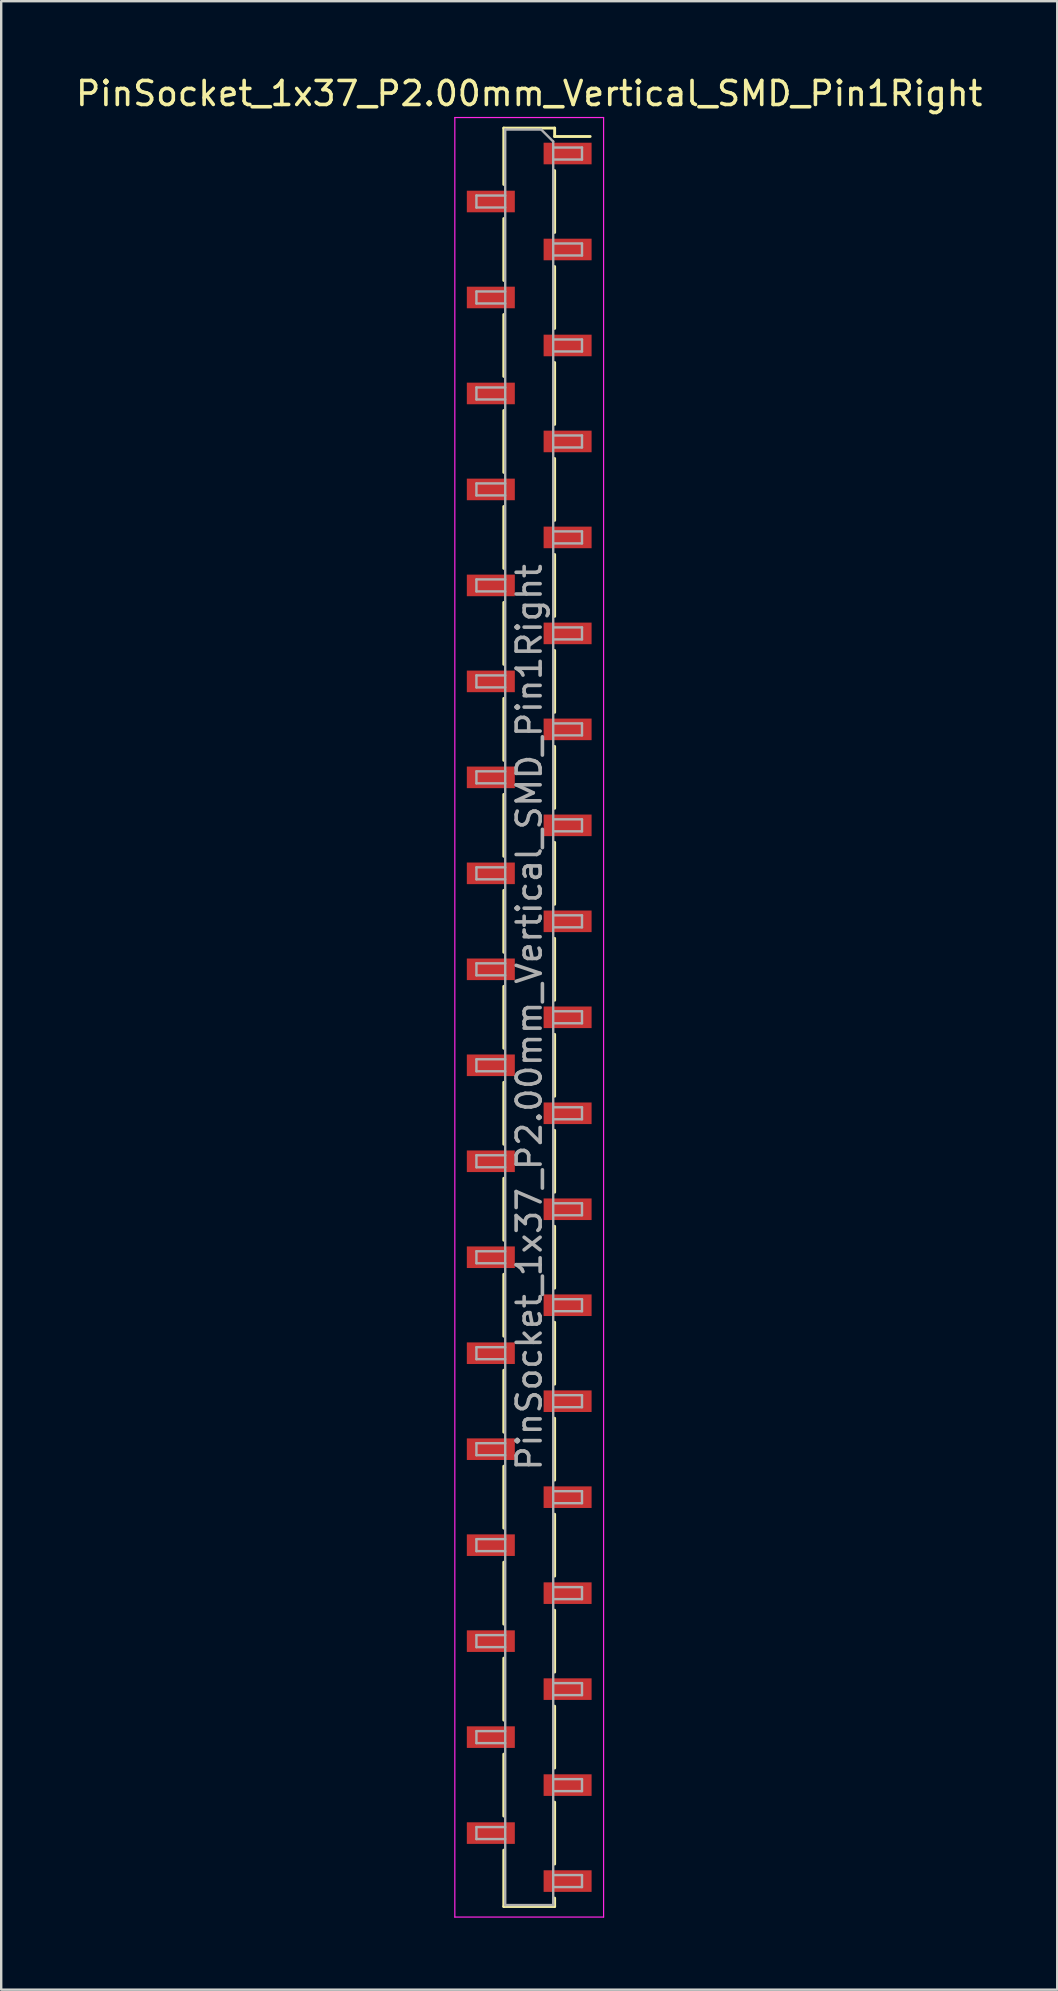
<source format=kicad_pcb>
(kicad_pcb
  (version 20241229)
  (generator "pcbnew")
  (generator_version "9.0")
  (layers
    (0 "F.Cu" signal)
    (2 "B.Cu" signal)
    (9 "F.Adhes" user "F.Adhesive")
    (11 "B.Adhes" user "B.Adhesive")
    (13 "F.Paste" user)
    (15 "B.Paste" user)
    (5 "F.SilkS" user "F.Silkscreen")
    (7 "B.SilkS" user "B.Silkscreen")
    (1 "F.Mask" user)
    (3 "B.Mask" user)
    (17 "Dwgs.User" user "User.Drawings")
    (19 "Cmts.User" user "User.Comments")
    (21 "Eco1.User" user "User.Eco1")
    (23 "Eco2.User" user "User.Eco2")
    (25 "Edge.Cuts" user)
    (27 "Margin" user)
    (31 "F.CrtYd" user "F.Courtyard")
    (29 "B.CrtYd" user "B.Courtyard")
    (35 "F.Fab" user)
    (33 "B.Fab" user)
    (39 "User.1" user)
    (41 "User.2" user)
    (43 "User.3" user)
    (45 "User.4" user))
  (footprint "PinSocket_1x37_P2.00mm_Vertical_SMD_Pin1Right"
    (layer "F.Cu")
    (at 19.006 39.348)
    (property "Reference" "PinSocket_1x37_P2.00mm_Vertical_SMD_Pin1Right" (at 0 -38.5 0) (layer "F.SilkS") (effects (font (size 1 1) (thickness 0.15))))
    (attr smd)
    (fp_line (start -1.06 -37.06) (end -1.06 -34.71) (stroke (width 0.12) (type solid)) (layer "F.SilkS"))
    (fp_line (start -1.06 -37.06) (end 1.06 -37.06) (stroke (width 0.12) (type solid)) (layer "F.SilkS"))
    (fp_line (start -1.06 -33.29) (end -1.06 -30.71) (stroke (width 0.12) (type solid)) (layer "F.SilkS"))
    (fp_line (start -1.06 -29.29) (end -1.06 -26.71) (stroke (width 0.12) (type solid)) (layer "F.SilkS"))
    (fp_line (start -1.06 -25.29) (end -1.06 -22.71) (stroke (width 0.12) (type solid)) (layer "F.SilkS"))
    (fp_line (start -1.06 -21.29) (end -1.06 -18.71) (stroke (width 0.12) (type solid)) (layer "F.SilkS"))
    (fp_line (start -1.06 -17.29) (end -1.06 -14.71) (stroke (width 0.12) (type solid)) (layer "F.SilkS"))
    (fp_line (start -1.06 -13.29) (end -1.06 -10.71) (stroke (width 0.12) (type solid)) (layer "F.SilkS"))
    (fp_line (start -1.06 -9.29) (end -1.06 -6.71) (stroke (width 0.12) (type solid)) (layer "F.SilkS"))
    (fp_line (start -1.06 -5.29) (end -1.06 -2.71) (stroke (width 0.12) (type solid)) (layer "F.SilkS"))
    (fp_line (start -1.06 -1.29) (end -1.06 1.29) (stroke (width 0.12) (type solid)) (layer "F.SilkS"))
    (fp_line (start -1.06 2.71) (end -1.06 5.29) (stroke (width 0.12) (type solid)) (layer "F.SilkS"))
    (fp_line (start -1.06 6.71) (end -1.06 9.29) (stroke (width 0.12) (type solid)) (layer "F.SilkS"))
    (fp_line (start -1.06 10.71) (end -1.06 13.29) (stroke (width 0.12) (type solid)) (layer "F.SilkS"))
    (fp_line (start -1.06 14.71) (end -1.06 17.29) (stroke (width 0.12) (type solid)) (layer "F.SilkS"))
    (fp_line (start -1.06 18.71) (end -1.06 21.29) (stroke (width 0.12) (type solid)) (layer "F.SilkS"))
    (fp_line (start -1.06 22.71) (end -1.06 25.29) (stroke (width 0.12) (type solid)) (layer "F.SilkS"))
    (fp_line (start -1.06 26.71) (end -1.06 29.29) (stroke (width 0.12) (type solid)) (layer "F.SilkS"))
    (fp_line (start -1.06 30.71) (end -1.06 33.29) (stroke (width 0.12) (type solid)) (layer "F.SilkS"))
    (fp_line (start -1.06 34.71) (end -1.06 37.06) (stroke (width 0.12) (type solid)) (layer "F.SilkS"))
    (fp_line (start -1.06 37.06) (end 1.06 37.06) (stroke (width 0.12) (type solid)) (layer "F.SilkS"))
    (fp_line (start 1.06 -37.06) (end 1.06 -36.71) (stroke (width 0.12) (type solid)) (layer "F.SilkS"))
    (fp_line (start 1.06 -36.71) (end 2.54 -36.71) (stroke (width 0.12) (type solid)) (layer "F.SilkS"))
    (fp_line (start 1.06 -35.29) (end 1.06 -32.71) (stroke (width 0.12) (type solid)) (layer "F.SilkS"))
    (fp_line (start 1.06 -31.29) (end 1.06 -28.71) (stroke (width 0.12) (type solid)) (layer "F.SilkS"))
    (fp_line (start 1.06 -27.29) (end 1.06 -24.71) (stroke (width 0.12) (type solid)) (layer "F.SilkS"))
    (fp_line (start 1.06 -23.29) (end 1.06 -20.71) (stroke (width 0.12) (type solid)) (layer "F.SilkS"))
    (fp_line (start 1.06 -19.29) (end 1.06 -16.71) (stroke (width 0.12) (type solid)) (layer "F.SilkS"))
    (fp_line (start 1.06 -15.29) (end 1.06 -12.71) (stroke (width 0.12) (type solid)) (layer "F.SilkS"))
    (fp_line (start 1.06 -11.29) (end 1.06 -8.71) (stroke (width 0.12) (type solid)) (layer "F.SilkS"))
    (fp_line (start 1.06 -7.29) (end 1.06 -4.71) (stroke (width 0.12) (type solid)) (layer "F.SilkS"))
    (fp_line (start 1.06 -3.29) (end 1.06 -0.71) (stroke (width 0.12) (type solid)) (layer "F.SilkS"))
    (fp_line (start 1.06 0.71) (end 1.06 3.29) (stroke (width 0.12) (type solid)) (layer "F.SilkS"))
    (fp_line (start 1.06 4.71) (end 1.06 7.29) (stroke (width 0.12) (type solid)) (layer "F.SilkS"))
    (fp_line (start 1.06 8.71) (end 1.06 11.29) (stroke (width 0.12) (type solid)) (layer "F.SilkS"))
    (fp_line (start 1.06 12.71) (end 1.06 15.29) (stroke (width 0.12) (type solid)) (layer "F.SilkS"))
    (fp_line (start 1.06 16.71) (end 1.06 19.29) (stroke (width 0.12) (type solid)) (layer "F.SilkS"))
    (fp_line (start 1.06 20.71) (end 1.06 23.29) (stroke (width 0.12) (type solid)) (layer "F.SilkS"))
    (fp_line (start 1.06 24.71) (end 1.06 27.29) (stroke (width 0.12) (type solid)) (layer "F.SilkS"))
    (fp_line (start 1.06 28.71) (end 1.06 31.29) (stroke (width 0.12) (type solid)) (layer "F.SilkS"))
    (fp_line (start 1.06 32.71) (end 1.06 35.29) (stroke (width 0.12) (type solid)) (layer "F.SilkS"))
    (fp_line (start 1.06 36.71) (end 1.06 37.06) (stroke (width 0.12) (type solid)) (layer "F.SilkS"))
    (fp_line (start -3.1 -37.5) (end 3.1 -37.5) (stroke (width 0.05) (type solid)) (layer "F.CrtYd"))
    (fp_line (start -3.1 37.5) (end -3.1 -37.5) (stroke (width 0.05) (type solid)) (layer "F.CrtYd"))
    (fp_line (start 3.1 -37.5) (end 3.1 37.5) (stroke (width 0.05) (type solid)) (layer "F.CrtYd"))
    (fp_line (start 3.1 37.5) (end -3.1 37.5) (stroke (width 0.05) (type solid)) (layer "F.CrtYd"))
    (fp_line (start -2.2 -34.25) (end -1 -34.25) (stroke (width 0.1) (type solid)) (layer "F.Fab"))
    (fp_line (start -2.2 -33.75) (end -2.2 -34.25) (stroke (width 0.1) (type solid)) (layer "F.Fab"))
    (fp_line (start -2.2 -30.25) (end -1 -30.25) (stroke (width 0.1) (type solid)) (layer "F.Fab"))
    (fp_line (start -2.2 -29.75) (end -2.2 -30.25) (stroke (width 0.1) (type solid)) (layer "F.Fab"))
    (fp_line (start -2.2 -26.25) (end -1 -26.25) (stroke (width 0.1) (type solid)) (layer "F.Fab"))
    (fp_line (start -2.2 -25.75) (end -2.2 -26.25) (stroke (width 0.1) (type solid)) (layer "F.Fab"))
    (fp_line (start -2.2 -22.25) (end -1 -22.25) (stroke (width 0.1) (type solid)) (layer "F.Fab"))
    (fp_line (start -2.2 -21.75) (end -2.2 -22.25) (stroke (width 0.1) (type solid)) (layer "F.Fab"))
    (fp_line (start -2.2 -18.25) (end -1 -18.25) (stroke (width 0.1) (type solid)) (layer "F.Fab"))
    (fp_line (start -2.2 -17.75) (end -2.2 -18.25) (stroke (width 0.1) (type solid)) (layer "F.Fab"))
    (fp_line (start -2.2 -14.25) (end -1 -14.25) (stroke (width 0.1) (type solid)) (layer "F.Fab"))
    (fp_line (start -2.2 -13.75) (end -2.2 -14.25) (stroke (width 0.1) (type solid)) (layer "F.Fab"))
    (fp_line (start -2.2 -10.25) (end -1 -10.25) (stroke (width 0.1) (type solid)) (layer "F.Fab"))
    (fp_line (start -2.2 -9.75) (end -2.2 -10.25) (stroke (width 0.1) (type solid)) (layer "F.Fab"))
    (fp_line (start -2.2 -6.25) (end -1 -6.25) (stroke (width 0.1) (type solid)) (layer "F.Fab"))
    (fp_line (start -2.2 -5.75) (end -2.2 -6.25) (stroke (width 0.1) (type solid)) (layer "F.Fab"))
    (fp_line (start -2.2 -2.25) (end -1 -2.25) (stroke (width 0.1) (type solid)) (layer "F.Fab"))
    (fp_line (start -2.2 -1.75) (end -2.2 -2.25) (stroke (width 0.1) (type solid)) (layer "F.Fab"))
    (fp_line (start -2.2 1.75) (end -1 1.75) (stroke (width 0.1) (type solid)) (layer "F.Fab"))
    (fp_line (start -2.2 2.25) (end -2.2 1.75) (stroke (width 0.1) (type solid)) (layer "F.Fab"))
    (fp_line (start -2.2 5.75) (end -1 5.75) (stroke (width 0.1) (type solid)) (layer "F.Fab"))
    (fp_line (start -2.2 6.25) (end -2.2 5.75) (stroke (width 0.1) (type solid)) (layer "F.Fab"))
    (fp_line (start -2.2 9.75) (end -1 9.75) (stroke (width 0.1) (type solid)) (layer "F.Fab"))
    (fp_line (start -2.2 10.25) (end -2.2 9.75) (stroke (width 0.1) (type solid)) (layer "F.Fab"))
    (fp_line (start -2.2 13.75) (end -1 13.75) (stroke (width 0.1) (type solid)) (layer "F.Fab"))
    (fp_line (start -2.2 14.25) (end -2.2 13.75) (stroke (width 0.1) (type solid)) (layer "F.Fab"))
    (fp_line (start -2.2 17.75) (end -1 17.75) (stroke (width 0.1) (type solid)) (layer "F.Fab"))
    (fp_line (start -2.2 18.25) (end -2.2 17.75) (stroke (width 0.1) (type solid)) (layer "F.Fab"))
    (fp_line (start -2.2 21.75) (end -1 21.75) (stroke (width 0.1) (type solid)) (layer "F.Fab"))
    (fp_line (start -2.2 22.25) (end -2.2 21.75) (stroke (width 0.1) (type solid)) (layer "F.Fab"))
    (fp_line (start -2.2 25.75) (end -1 25.75) (stroke (width 0.1) (type solid)) (layer "F.Fab"))
    (fp_line (start -2.2 26.25) (end -2.2 25.75) (stroke (width 0.1) (type solid)) (layer "F.Fab"))
    (fp_line (start -2.2 29.75) (end -1 29.75) (stroke (width 0.1) (type solid)) (layer "F.Fab"))
    (fp_line (start -2.2 30.25) (end -2.2 29.75) (stroke (width 0.1) (type solid)) (layer "F.Fab"))
    (fp_line (start -2.2 33.75) (end -1 33.75) (stroke (width 0.1) (type solid)) (layer "F.Fab"))
    (fp_line (start -2.2 34.25) (end -2.2 33.75) (stroke (width 0.1) (type solid)) (layer "F.Fab"))
    (fp_line (start -1 -37) (end 0.5 -37) (stroke (width 0.1) (type solid)) (layer "F.Fab"))
    (fp_line (start -1 -33.75) (end -2.2 -33.75) (stroke (width 0.1) (type solid)) (layer "F.Fab"))
    (fp_line (start -1 -29.75) (end -2.2 -29.75) (stroke (width 0.1) (type solid)) (layer "F.Fab"))
    (fp_line (start -1 -25.75) (end -2.2 -25.75) (stroke (width 0.1) (type solid)) (layer "F.Fab"))
    (fp_line (start -1 -21.75) (end -2.2 -21.75) (stroke (width 0.1) (type solid)) (layer "F.Fab"))
    (fp_line (start -1 -17.75) (end -2.2 -17.75) (stroke (width 0.1) (type solid)) (layer "F.Fab"))
    (fp_line (start -1 -13.75) (end -2.2 -13.75) (stroke (width 0.1) (type solid)) (layer "F.Fab"))
    (fp_line (start -1 -9.75) (end -2.2 -9.75) (stroke (width 0.1) (type solid)) (layer "F.Fab"))
    (fp_line (start -1 -5.75) (end -2.2 -5.75) (stroke (width 0.1) (type solid)) (layer "F.Fab"))
    (fp_line (start -1 -1.75) (end -2.2 -1.75) (stroke (width 0.1) (type solid)) (layer "F.Fab"))
    (fp_line (start -1 2.25) (end -2.2 2.25) (stroke (width 0.1) (type solid)) (layer "F.Fab"))
    (fp_line (start -1 6.25) (end -2.2 6.25) (stroke (width 0.1) (type solid)) (layer "F.Fab"))
    (fp_line (start -1 10.25) (end -2.2 10.25) (stroke (width 0.1) (type solid)) (layer "F.Fab"))
    (fp_line (start -1 14.25) (end -2.2 14.25) (stroke (width 0.1) (type solid)) (layer "F.Fab"))
    (fp_line (start -1 18.25) (end -2.2 18.25) (stroke (width 0.1) (type solid)) (layer "F.Fab"))
    (fp_line (start -1 22.25) (end -2.2 22.25) (stroke (width 0.1) (type solid)) (layer "F.Fab"))
    (fp_line (start -1 26.25) (end -2.2 26.25) (stroke (width 0.1) (type solid)) (layer "F.Fab"))
    (fp_line (start -1 30.25) (end -2.2 30.25) (stroke (width 0.1) (type solid)) (layer "F.Fab"))
    (fp_line (start -1 34.25) (end -2.2 34.25) (stroke (width 0.1) (type solid)) (layer "F.Fab"))
    (fp_line (start -1 37) (end -1 -37) (stroke (width 0.1) (type solid)) (layer "F.Fab"))
    (fp_line (start 0.5 -37) (end 1 -36.5) (stroke (width 0.1) (type solid)) (layer "F.Fab"))
    (fp_line (start 1 -36.5) (end 1 37) (stroke (width 0.1) (type solid)) (layer "F.Fab"))
    (fp_line (start 1 -36.25) (end 2.2 -36.25) (stroke (width 0.1) (type solid)) (layer "F.Fab"))
    (fp_line (start 1 -32.25) (end 2.2 -32.25) (stroke (width 0.1) (type solid)) (layer "F.Fab"))
    (fp_line (start 1 -28.25) (end 2.2 -28.25) (stroke (width 0.1) (type solid)) (layer "F.Fab"))
    (fp_line (start 1 -24.25) (end 2.2 -24.25) (stroke (width 0.1) (type solid)) (layer "F.Fab"))
    (fp_line (start 1 -20.25) (end 2.2 -20.25) (stroke (width 0.1) (type solid)) (layer "F.Fab"))
    (fp_line (start 1 -16.25) (end 2.2 -16.25) (stroke (width 0.1) (type solid)) (layer "F.Fab"))
    (fp_line (start 1 -12.25) (end 2.2 -12.25) (stroke (width 0.1) (type solid)) (layer "F.Fab"))
    (fp_line (start 1 -8.25) (end 2.2 -8.25) (stroke (width 0.1) (type solid)) (layer "F.Fab"))
    (fp_line (start 1 -4.25) (end 2.2 -4.25) (stroke (width 0.1) (type solid)) (layer "F.Fab"))
    (fp_line (start 1 -0.25) (end 2.2 -0.25) (stroke (width 0.1) (type solid)) (layer "F.Fab"))
    (fp_line (start 1 3.75) (end 2.2 3.75) (stroke (width 0.1) (type solid)) (layer "F.Fab"))
    (fp_line (start 1 7.75) (end 2.2 7.75) (stroke (width 0.1) (type solid)) (layer "F.Fab"))
    (fp_line (start 1 11.75) (end 2.2 11.75) (stroke (width 0.1) (type solid)) (layer "F.Fab"))
    (fp_line (start 1 15.75) (end 2.2 15.75) (stroke (width 0.1) (type solid)) (layer "F.Fab"))
    (fp_line (start 1 19.75) (end 2.2 19.75) (stroke (width 0.1) (type solid)) (layer "F.Fab"))
    (fp_line (start 1 23.75) (end 2.2 23.75) (stroke (width 0.1) (type solid)) (layer "F.Fab"))
    (fp_line (start 1 27.75) (end 2.2 27.75) (stroke (width 0.1) (type solid)) (layer "F.Fab"))
    (fp_line (start 1 31.75) (end 2.2 31.75) (stroke (width 0.1) (type solid)) (layer "F.Fab"))
    (fp_line (start 1 35.75) (end 2.2 35.75) (stroke (width 0.1) (type solid)) (layer "F.Fab"))
    (fp_line (start 1 37) (end -1 37) (stroke (width 0.1) (type solid)) (layer "F.Fab"))
    (fp_line (start 2.2 -36.25) (end 2.2 -35.75) (stroke (width 0.1) (type solid)) (layer "F.Fab"))
    (fp_line (start 2.2 -35.75) (end 1 -35.75) (stroke (width 0.1) (type solid)) (layer "F.Fab"))
    (fp_line (start 2.2 -32.25) (end 2.2 -31.75) (stroke (width 0.1) (type solid)) (layer "F.Fab"))
    (fp_line (start 2.2 -31.75) (end 1 -31.75) (stroke (width 0.1) (type solid)) (layer "F.Fab"))
    (fp_line (start 2.2 -28.25) (end 2.2 -27.75) (stroke (width 0.1) (type solid)) (layer "F.Fab"))
    (fp_line (start 2.2 -27.75) (end 1 -27.75) (stroke (width 0.1) (type solid)) (layer "F.Fab"))
    (fp_line (start 2.2 -24.25) (end 2.2 -23.75) (stroke (width 0.1) (type solid)) (layer "F.Fab"))
    (fp_line (start 2.2 -23.75) (end 1 -23.75) (stroke (width 0.1) (type solid)) (layer "F.Fab"))
    (fp_line (start 2.2 -20.25) (end 2.2 -19.75) (stroke (width 0.1) (type solid)) (layer "F.Fab"))
    (fp_line (start 2.2 -19.75) (end 1 -19.75) (stroke (width 0.1) (type solid)) (layer "F.Fab"))
    (fp_line (start 2.2 -16.25) (end 2.2 -15.75) (stroke (width 0.1) (type solid)) (layer "F.Fab"))
    (fp_line (start 2.2 -15.75) (end 1 -15.75) (stroke (width 0.1) (type solid)) (layer "F.Fab"))
    (fp_line (start 2.2 -12.25) (end 2.2 -11.75) (stroke (width 0.1) (type solid)) (layer "F.Fab"))
    (fp_line (start 2.2 -11.75) (end 1 -11.75) (stroke (width 0.1) (type solid)) (layer "F.Fab"))
    (fp_line (start 2.2 -8.25) (end 2.2 -7.75) (stroke (width 0.1) (type solid)) (layer "F.Fab"))
    (fp_line (start 2.2 -7.75) (end 1 -7.75) (stroke (width 0.1) (type solid)) (layer "F.Fab"))
    (fp_line (start 2.2 -4.25) (end 2.2 -3.75) (stroke (width 0.1) (type solid)) (layer "F.Fab"))
    (fp_line (start 2.2 -3.75) (end 1 -3.75) (stroke (width 0.1) (type solid)) (layer "F.Fab"))
    (fp_line (start 2.2 -0.25) (end 2.2 0.25) (stroke (width 0.1) (type solid)) (layer "F.Fab"))
    (fp_line (start 2.2 0.25) (end 1 0.25) (stroke (width 0.1) (type solid)) (layer "F.Fab"))
    (fp_line (start 2.2 3.75) (end 2.2 4.25) (stroke (width 0.1) (type solid)) (layer "F.Fab"))
    (fp_line (start 2.2 4.25) (end 1 4.25) (stroke (width 0.1) (type solid)) (layer "F.Fab"))
    (fp_line (start 2.2 7.75) (end 2.2 8.25) (stroke (width 0.1) (type solid)) (layer "F.Fab"))
    (fp_line (start 2.2 8.25) (end 1 8.25) (stroke (width 0.1) (type solid)) (layer "F.Fab"))
    (fp_line (start 2.2 11.75) (end 2.2 12.25) (stroke (width 0.1) (type solid)) (layer "F.Fab"))
    (fp_line (start 2.2 12.25) (end 1 12.25) (stroke (width 0.1) (type solid)) (layer "F.Fab"))
    (fp_line (start 2.2 15.75) (end 2.2 16.25) (stroke (width 0.1) (type solid)) (layer "F.Fab"))
    (fp_line (start 2.2 16.25) (end 1 16.25) (stroke (width 0.1) (type solid)) (layer "F.Fab"))
    (fp_line (start 2.2 19.75) (end 2.2 20.25) (stroke (width 0.1) (type solid)) (layer "F.Fab"))
    (fp_line (start 2.2 20.25) (end 1 20.25) (stroke (width 0.1) (type solid)) (layer "F.Fab"))
    (fp_line (start 2.2 23.75) (end 2.2 24.25) (stroke (width 0.1) (type solid)) (layer "F.Fab"))
    (fp_line (start 2.2 24.25) (end 1 24.25) (stroke (width 0.1) (type solid)) (layer "F.Fab"))
    (fp_line (start 2.2 27.75) (end 2.2 28.25) (stroke (width 0.1) (type solid)) (layer "F.Fab"))
    (fp_line (start 2.2 28.25) (end 1 28.25) (stroke (width 0.1) (type solid)) (layer "F.Fab"))
    (fp_line (start 2.2 31.75) (end 2.2 32.25) (stroke (width 0.1) (type solid)) (layer "F.Fab"))
    (fp_line (start 2.2 32.25) (end 1 32.25) (stroke (width 0.1) (type solid)) (layer "F.Fab"))
    (fp_line (start 2.2 35.75) (end 2.2 36.25) (stroke (width 0.1) (type solid)) (layer "F.Fab"))
    (fp_line (start 2.2 36.25) (end 1 36.25) (stroke (width 0.1) (type solid)) (layer "F.Fab"))
    (fp_text user "${REFERENCE}" (at 0 0 90) (layer "F.Fab") (effects (font (size 1 1) (thickness 0.15))))
    (pad "1" smd rect (at 1.6 -36) (size 2 0.9) (layers "F.Cu" "F.Mask" "F.Paste"))
    (pad "2" smd rect (at -1.6 -34) (size 2 0.9) (layers "F.Cu" "F.Mask" "F.Paste"))
    (pad "3" smd rect (at 1.6 -32) (size 2 0.9) (layers "F.Cu" "F.Mask" "F.Paste"))
    (pad "4" smd rect (at -1.6 -30) (size 2 0.9) (layers "F.Cu" "F.Mask" "F.Paste"))
    (pad "5" smd rect (at 1.6 -28) (size 2 0.9) (layers "F.Cu" "F.Mask" "F.Paste"))
    (pad "6" smd rect (at -1.6 -26) (size 2 0.9) (layers "F.Cu" "F.Mask" "F.Paste"))
    (pad "7" smd rect (at 1.6 -24) (size 2 0.9) (layers "F.Cu" "F.Mask" "F.Paste"))
    (pad "8" smd rect (at -1.6 -22) (size 2 0.9) (layers "F.Cu" "F.Mask" "F.Paste"))
    (pad "9" smd rect (at 1.6 -20) (size 2 0.9) (layers "F.Cu" "F.Mask" "F.Paste"))
    (pad "10" smd rect (at -1.6 -18) (size 2 0.9) (layers "F.Cu" "F.Mask" "F.Paste"))
    (pad "11" smd rect (at 1.6 -16) (size 2 0.9) (layers "F.Cu" "F.Mask" "F.Paste"))
    (pad "12" smd rect (at -1.6 -14) (size 2 0.9) (layers "F.Cu" "F.Mask" "F.Paste"))
    (pad "13" smd rect (at 1.6 -12) (size 2 0.9) (layers "F.Cu" "F.Mask" "F.Paste"))
    (pad "14" smd rect (at -1.6 -10) (size 2 0.9) (layers "F.Cu" "F.Mask" "F.Paste"))
    (pad "15" smd rect (at 1.6 -8) (size 2 0.9) (layers "F.Cu" "F.Mask" "F.Paste"))
    (pad "16" smd rect (at -1.6 -6) (size 2 0.9) (layers "F.Cu" "F.Mask" "F.Paste"))
    (pad "17" smd rect (at 1.6 -4) (size 2 0.9) (layers "F.Cu" "F.Mask" "F.Paste"))
    (pad "18" smd rect (at -1.6 -2) (size 2 0.9) (layers "F.Cu" "F.Mask" "F.Paste"))
    (pad "19" smd rect (at 1.6 0) (size 2 0.9) (layers "F.Cu" "F.Mask" "F.Paste"))
    (pad "20" smd rect (at -1.6 2) (size 2 0.9) (layers "F.Cu" "F.Mask" "F.Paste"))
    (pad "21" smd rect (at 1.6 4) (size 2 0.9) (layers "F.Cu" "F.Mask" "F.Paste"))
    (pad "22" smd rect (at -1.6 6) (size 2 0.9) (layers "F.Cu" "F.Mask" "F.Paste"))
    (pad "23" smd rect (at 1.6 8) (size 2 0.9) (layers "F.Cu" "F.Mask" "F.Paste"))
    (pad "24" smd rect (at -1.6 10) (size 2 0.9) (layers "F.Cu" "F.Mask" "F.Paste"))
    (pad "25" smd rect (at 1.6 12) (size 2 0.9) (layers "F.Cu" "F.Mask" "F.Paste"))
    (pad "26" smd rect (at -1.6 14) (size 2 0.9) (layers "F.Cu" "F.Mask" "F.Paste"))
    (pad "27" smd rect (at 1.6 16) (size 2 0.9) (layers "F.Cu" "F.Mask" "F.Paste"))
    (pad "28" smd rect (at -1.6 18) (size 2 0.9) (layers "F.Cu" "F.Mask" "F.Paste"))
    (pad "29" smd rect (at 1.6 20) (size 2 0.9) (layers "F.Cu" "F.Mask" "F.Paste"))
    (pad "30" smd rect (at -1.6 22) (size 2 0.9) (layers "F.Cu" "F.Mask" "F.Paste"))
    (pad "31" smd rect (at 1.6 24) (size 2 0.9) (layers "F.Cu" "F.Mask" "F.Paste"))
    (pad "32" smd rect (at -1.6 26) (size 2 0.9) (layers "F.Cu" "F.Mask" "F.Paste"))
    (pad "33" smd rect (at 1.6 28) (size 2 0.9) (layers "F.Cu" "F.Mask" "F.Paste"))
    (pad "34" smd rect (at -1.6 30) (size 2 0.9) (layers "F.Cu" "F.Mask" "F.Paste"))
    (pad "35" smd rect (at 1.6 32) (size 2 0.9) (layers "F.Cu" "F.Mask" "F.Paste"))
    (pad "36" smd rect (at -1.6 34) (size 2 0.9) (layers "F.Cu" "F.Mask" "F.Paste"))
    (pad "37" smd rect (at 1.6 36) (size 2 0.9) (layers "F.Cu" "F.Mask" "F.Paste")))
  (gr_rect
    (start -3 -3)
    (end 41.012 79.873)
    (stroke (width 0.1) (type default))
    (fill no)
    (layer "Edge.Cuts")))
</source>
